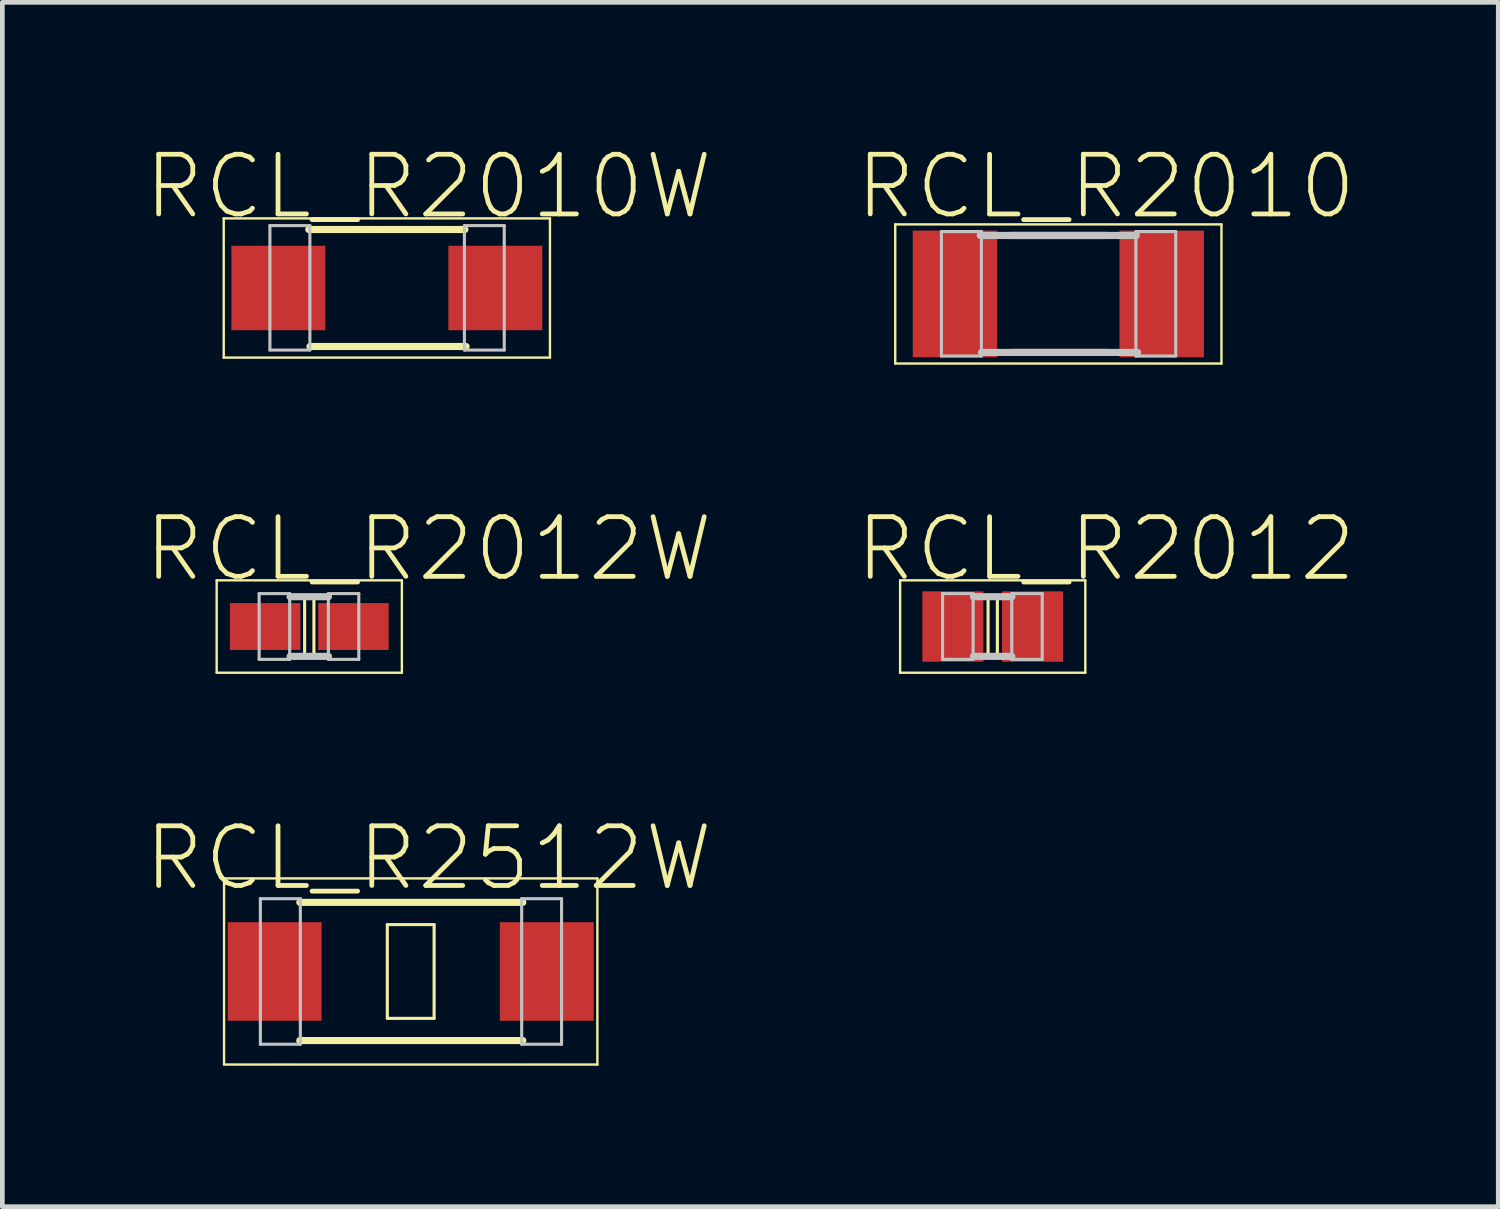
<source format=kicad_pcb>
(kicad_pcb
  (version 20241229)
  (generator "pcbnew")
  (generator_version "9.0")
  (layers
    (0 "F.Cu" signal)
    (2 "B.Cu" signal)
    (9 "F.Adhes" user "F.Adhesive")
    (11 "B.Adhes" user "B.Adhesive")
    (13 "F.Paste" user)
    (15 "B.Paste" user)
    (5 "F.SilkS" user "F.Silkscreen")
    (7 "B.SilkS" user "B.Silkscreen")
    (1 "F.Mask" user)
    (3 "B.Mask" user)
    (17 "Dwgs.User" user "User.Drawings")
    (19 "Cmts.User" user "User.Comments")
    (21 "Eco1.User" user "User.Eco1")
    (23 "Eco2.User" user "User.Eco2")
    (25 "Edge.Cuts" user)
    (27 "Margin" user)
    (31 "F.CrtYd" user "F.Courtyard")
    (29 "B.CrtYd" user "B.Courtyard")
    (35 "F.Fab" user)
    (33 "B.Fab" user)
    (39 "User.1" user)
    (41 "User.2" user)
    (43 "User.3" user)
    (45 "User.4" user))
  (footprint "RCL_R2010W"
    (layer "F.Cu")
    (at 5.184 3.08)
    (property "Reference" "RCL_R2010W" (at 0.889 -2.159 0) (layer "F.SilkS") (effects (font (size 1.27 1.27) (thickness 0.102))))
    (attr smd)
    (fp_line (start -3.472 -1.481) (end 3.472 -1.481) (stroke (width 0.051) (type solid)) (layer "F.SilkS"))
    (fp_line (start -3.472 1.481) (end -3.472 -1.481) (stroke (width 0.051) (type solid)) (layer "F.SilkS"))
    (fp_line (start -1.661 -1.245) (end 1.661 -1.245) (stroke (width 0.152) (type solid)) (layer "F.SilkS"))
    (fp_line (start -1.636 1.245) (end 1.687 1.245) (stroke (width 0.152) (type solid)) (layer "F.SilkS"))
    (fp_line (start 3.472 -1.481) (end 3.472 1.481) (stroke (width 0.051) (type solid)) (layer "F.SilkS"))
    (fp_line (start 3.472 1.481) (end -3.472 1.481) (stroke (width 0.051) (type solid)) (layer "F.SilkS"))
    (fp_line (start -2.489 -1.328) (end -1.638 -1.328) (stroke (width 0.066) (type solid)) (layer "Dwgs.User"))
    (fp_line (start -2.489 1.321) (end -2.489 -1.328) (stroke (width 0.066) (type solid)) (layer "Dwgs.User"))
    (fp_line (start -2.489 1.321) (end -1.638 1.321) (stroke (width 0.066) (type solid)) (layer "Dwgs.User"))
    (fp_line (start -1.638 1.321) (end -1.638 -1.328) (stroke (width 0.066) (type solid)) (layer "Dwgs.User"))
    (fp_line (start 1.651 -1.328) (end 2.499 -1.328) (stroke (width 0.066) (type solid)) (layer "Dwgs.User"))
    (fp_line (start 1.651 1.321) (end 1.651 -1.328) (stroke (width 0.066) (type solid)) (layer "Dwgs.User"))
    (fp_line (start 1.651 1.321) (end 2.499 1.321) (stroke (width 0.066) (type solid)) (layer "Dwgs.User"))
    (fp_line (start 2.499 1.321) (end 2.499 -1.328) (stroke (width 0.066) (type solid)) (layer "Dwgs.User"))
    (pad "1" smd rect (at -2.309 0) (size 1.999 1.798) (layers "F.Cu" "F.Mask" "F.Paste"))
    (pad "2" smd rect (at 2.309 0) (size 1.999 1.798) (layers "F.Cu" "F.Mask" "F.Paste")))
  (footprint "RCL_R2512W"
    (layer "F.Cu")
    (at 5.692 17.628)
    (property "Reference" "RCL_R2512W" (at 0.381 -2.413 0) (layer "F.SilkS") (effects (font (size 1.27 1.27) (thickness 0.102))))
    (attr smd)
    (fp_line (start -3.973 -1.981) (end 3.973 -1.981) (stroke (width 0.051) (type solid)) (layer "F.SilkS"))
    (fp_line (start -3.973 1.981) (end -3.973 -1.981) (stroke (width 0.051) (type solid)) (layer "F.SilkS"))
    (fp_line (start -2.36 -1.471) (end 2.385 -1.471) (stroke (width 0.152) (type solid)) (layer "F.SilkS"))
    (fp_line (start -2.36 1.471) (end 2.385 1.471) (stroke (width 0.152) (type solid)) (layer "F.SilkS"))
    (fp_line (start -0.498 -0.998) (end 0.498 -0.998) (stroke (width 0.066) (type solid)) (layer "F.SilkS"))
    (fp_line (start -0.498 0.998) (end -0.498 -0.998) (stroke (width 0.066) (type solid)) (layer "F.SilkS"))
    (fp_line (start -0.498 0.998) (end 0.498 0.998) (stroke (width 0.066) (type solid)) (layer "F.SilkS"))
    (fp_line (start 0.498 0.998) (end 0.498 -0.998) (stroke (width 0.066) (type solid)) (layer "F.SilkS"))
    (fp_line (start 3.973 -1.981) (end 3.973 1.981) (stroke (width 0.051) (type solid)) (layer "F.SilkS"))
    (fp_line (start 3.973 1.981) (end -3.973 1.981) (stroke (width 0.051) (type solid)) (layer "F.SilkS"))
    (fp_line (start -3.2 -1.549) (end -2.349 -1.549) (stroke (width 0.066) (type solid)) (layer "Dwgs.User"))
    (fp_line (start -3.2 1.549) (end -3.2 -1.549) (stroke (width 0.066) (type solid)) (layer "Dwgs.User"))
    (fp_line (start -3.2 1.549) (end -2.349 1.549) (stroke (width 0.066) (type solid)) (layer "Dwgs.User"))
    (fp_line (start -2.349 1.549) (end -2.349 -1.549) (stroke (width 0.066) (type solid)) (layer "Dwgs.User"))
    (fp_line (start 2.362 -1.549) (end 3.211 -1.549) (stroke (width 0.066) (type solid)) (layer "Dwgs.User"))
    (fp_line (start 2.362 1.549) (end 2.362 -1.549) (stroke (width 0.066) (type solid)) (layer "Dwgs.User"))
    (fp_line (start 2.362 1.549) (end 3.211 1.549) (stroke (width 0.066) (type solid)) (layer "Dwgs.User"))
    (fp_line (start 3.211 1.549) (end 3.211 -1.549) (stroke (width 0.066) (type solid)) (layer "Dwgs.User"))
    (pad "1" smd rect (at -2.896 0) (size 1.999 2.098) (layers "F.Cu" "F.Mask" "F.Paste"))
    (pad "2" smd rect (at 2.896 0) (size 1.999 2.098) (layers "F.Cu" "F.Mask" "F.Paste")))
  (footprint "RCL_R2012"
    (layer "F.Cu")
    (at 18.08 10.286)
    (property "Reference" "RCL_R2012" (at 2.413 -1.651 0) (layer "F.SilkS") (effects (font (size 1.27 1.27) (thickness 0.102))))
    (attr smd)
    (fp_line (start -1.971 -0.983) (end 1.971 -0.983) (stroke (width 0.051) (type solid)) (layer "F.SilkS"))
    (fp_line (start -1.971 0.983) (end -1.971 -0.983) (stroke (width 0.051) (type solid)) (layer "F.SilkS"))
    (fp_line (start -0.099 -0.599) (end 0.099 -0.599) (stroke (width 0.066) (type solid)) (layer "F.SilkS"))
    (fp_line (start -0.099 0.599) (end -0.099 -0.599) (stroke (width 0.066) (type solid)) (layer "F.SilkS"))
    (fp_line (start -0.099 0.599) (end 0.099 0.599) (stroke (width 0.066) (type solid)) (layer "F.SilkS"))
    (fp_line (start 0.099 0.599) (end 0.099 -0.599) (stroke (width 0.066) (type solid)) (layer "F.SilkS"))
    (fp_line (start 1.971 -0.983) (end 1.971 0.983) (stroke (width 0.051) (type solid)) (layer "F.SilkS"))
    (fp_line (start 1.971 0.983) (end -1.971 0.983) (stroke (width 0.051) (type solid)) (layer "F.SilkS"))
    (fp_line (start -1.067 -0.701) (end -0.417 -0.701) (stroke (width 0.066) (type solid)) (layer "Dwgs.User"))
    (fp_line (start -1.067 0.699) (end -1.067 -0.701) (stroke (width 0.066) (type solid)) (layer "Dwgs.User"))
    (fp_line (start -1.067 0.699) (end -0.417 0.699) (stroke (width 0.066) (type solid)) (layer "Dwgs.User"))
    (fp_line (start -0.417 0.699) (end -0.417 -0.701) (stroke (width 0.066) (type solid)) (layer "Dwgs.User"))
    (fp_line (start -0.409 -0.635) (end 0.409 -0.635) (stroke (width 0.152) (type solid)) (layer "Dwgs.User"))
    (fp_line (start -0.409 0.635) (end 0.409 0.635) (stroke (width 0.152) (type solid)) (layer "Dwgs.User"))
    (fp_line (start 0.406 -0.701) (end 1.054 -0.701) (stroke (width 0.066) (type solid)) (layer "Dwgs.User"))
    (fp_line (start 0.406 0.699) (end 0.406 -0.701) (stroke (width 0.066) (type solid)) (layer "Dwgs.User"))
    (fp_line (start 0.406 0.699) (end 1.054 0.699) (stroke (width 0.066) (type solid)) (layer "Dwgs.User"))
    (fp_line (start 1.054 0.699) (end 1.054 -0.701) (stroke (width 0.066) (type solid)) (layer "Dwgs.User"))
    (pad "1" smd rect (at -0.848 0) (size 1.298 1.499) (layers "F.Cu" "F.Mask" "F.Paste"))
    (pad "2" smd rect (at 0.848 0) (size 1.298 1.499) (layers "F.Cu" "F.Mask" "F.Paste")))
  (footprint "RCL_R2012W"
    (layer "F.Cu")
    (at 3.533 10.286)
    (property "Reference" "RCL_R2012W" (at 2.54 -1.651 0) (layer "F.SilkS") (effects (font (size 1.27 1.27) (thickness 0.102))))
    (attr smd)
    (fp_line (start -1.971 -0.983) (end 1.971 -0.983) (stroke (width 0.051) (type solid)) (layer "F.SilkS"))
    (fp_line (start -1.971 0.983) (end -1.971 -0.983) (stroke (width 0.051) (type solid)) (layer "F.SilkS"))
    (fp_line (start -0.099 -0.599) (end 0.099 -0.599) (stroke (width 0.066) (type solid)) (layer "F.SilkS"))
    (fp_line (start -0.099 0.599) (end -0.099 -0.599) (stroke (width 0.066) (type solid)) (layer "F.SilkS"))
    (fp_line (start -0.099 0.599) (end 0.099 0.599) (stroke (width 0.066) (type solid)) (layer "F.SilkS"))
    (fp_line (start 0.099 0.599) (end 0.099 -0.599) (stroke (width 0.066) (type solid)) (layer "F.SilkS"))
    (fp_line (start 1.971 -0.983) (end 1.971 0.983) (stroke (width 0.051) (type solid)) (layer "F.SilkS"))
    (fp_line (start 1.971 0.983) (end -1.971 0.983) (stroke (width 0.051) (type solid)) (layer "F.SilkS"))
    (fp_line (start -1.067 -0.701) (end -0.417 -0.701) (stroke (width 0.066) (type solid)) (layer "Dwgs.User"))
    (fp_line (start -1.067 0.699) (end -1.067 -0.701) (stroke (width 0.066) (type solid)) (layer "Dwgs.User"))
    (fp_line (start -1.067 0.699) (end -0.417 0.699) (stroke (width 0.066) (type solid)) (layer "Dwgs.User"))
    (fp_line (start -0.417 0.699) (end -0.417 -0.701) (stroke (width 0.066) (type solid)) (layer "Dwgs.User"))
    (fp_line (start -0.409 -0.635) (end 0.409 -0.635) (stroke (width 0.152) (type solid)) (layer "Dwgs.User"))
    (fp_line (start -0.409 0.635) (end 0.409 0.635) (stroke (width 0.152) (type solid)) (layer "Dwgs.User"))
    (fp_line (start 0.406 -0.701) (end 1.054 -0.701) (stroke (width 0.066) (type solid)) (layer "Dwgs.User"))
    (fp_line (start 0.406 0.699) (end 0.406 -0.701) (stroke (width 0.066) (type solid)) (layer "Dwgs.User"))
    (fp_line (start 0.406 0.699) (end 1.054 0.699) (stroke (width 0.066) (type solid)) (layer "Dwgs.User"))
    (fp_line (start 1.054 0.699) (end 1.054 -0.701) (stroke (width 0.066) (type solid)) (layer "Dwgs.User"))
    (pad "1" smd rect (at -0.94 0) (size 1.499 0.998) (layers "F.Cu" "F.Mask" "F.Paste"))
    (pad "2" smd rect (at 0.94 0) (size 1.499 0.998) (layers "F.Cu" "F.Mask" "F.Paste")))
  (footprint "RCL_R2010"
    (layer "F.Cu")
    (at 19.477 3.207)
    (property "Reference" "RCL_R2010" (at 1.016 -2.286 0) (layer "F.SilkS") (effects (font (size 1.27 1.27) (thickness 0.102))))
    (attr smd)
    (fp_line (start -3.472 -1.481) (end 3.472 -1.481) (stroke (width 0.051) (type solid)) (layer "F.SilkS"))
    (fp_line (start -3.472 1.481) (end -3.472 -1.481) (stroke (width 0.051) (type solid)) (layer "F.SilkS"))
    (fp_line (start -1.026 -1.245) (end 1.026 -1.245) (stroke (width 0.152) (type solid)) (layer "F.SilkS"))
    (fp_line (start -1.001 1.245) (end 1.016 1.245) (stroke (width 0.152) (type solid)) (layer "F.SilkS"))
    (fp_line (start 3.472 -1.481) (end 3.472 1.481) (stroke (width 0.051) (type solid)) (layer "F.SilkS"))
    (fp_line (start 3.472 1.481) (end -3.472 1.481) (stroke (width 0.051) (type solid)) (layer "F.SilkS"))
    (fp_line (start -2.489 -1.328) (end -1.638 -1.328) (stroke (width 0.066) (type solid)) (layer "Dwgs.User"))
    (fp_line (start -2.489 1.321) (end -2.489 -1.328) (stroke (width 0.066) (type solid)) (layer "Dwgs.User"))
    (fp_line (start -2.489 1.321) (end -1.638 1.321) (stroke (width 0.066) (type solid)) (layer "Dwgs.User"))
    (fp_line (start -1.661 -1.245) (end 1.661 -1.245) (stroke (width 0.152) (type solid)) (layer "Dwgs.User"))
    (fp_line (start -1.638 1.321) (end -1.638 -1.328) (stroke (width 0.066) (type solid)) (layer "Dwgs.User"))
    (fp_line (start -1.636 1.245) (end 1.687 1.245) (stroke (width 0.152) (type solid)) (layer "Dwgs.User"))
    (fp_line (start 1.651 -1.328) (end 2.499 -1.328) (stroke (width 0.066) (type solid)) (layer "Dwgs.User"))
    (fp_line (start 1.651 1.321) (end 1.651 -1.328) (stroke (width 0.066) (type solid)) (layer "Dwgs.User"))
    (fp_line (start 1.651 1.321) (end 2.499 1.321) (stroke (width 0.066) (type solid)) (layer "Dwgs.User"))
    (fp_line (start 2.499 1.321) (end 2.499 -1.328) (stroke (width 0.066) (type solid)) (layer "Dwgs.User"))
    (pad "1" smd rect (at -2.2 0) (size 1.798 2.697) (layers "F.Cu" "F.Mask" "F.Paste"))
    (pad "2" smd rect (at 2.2 0) (size 1.798 2.697) (layers "F.Cu" "F.Mask" "F.Paste")))
  (gr_rect
    (start -3 -3)
    (end 28.841 22.635)
    (stroke (width 0.1) (type default))
    (fill no)
    (layer "Edge.Cuts")))
</source>
